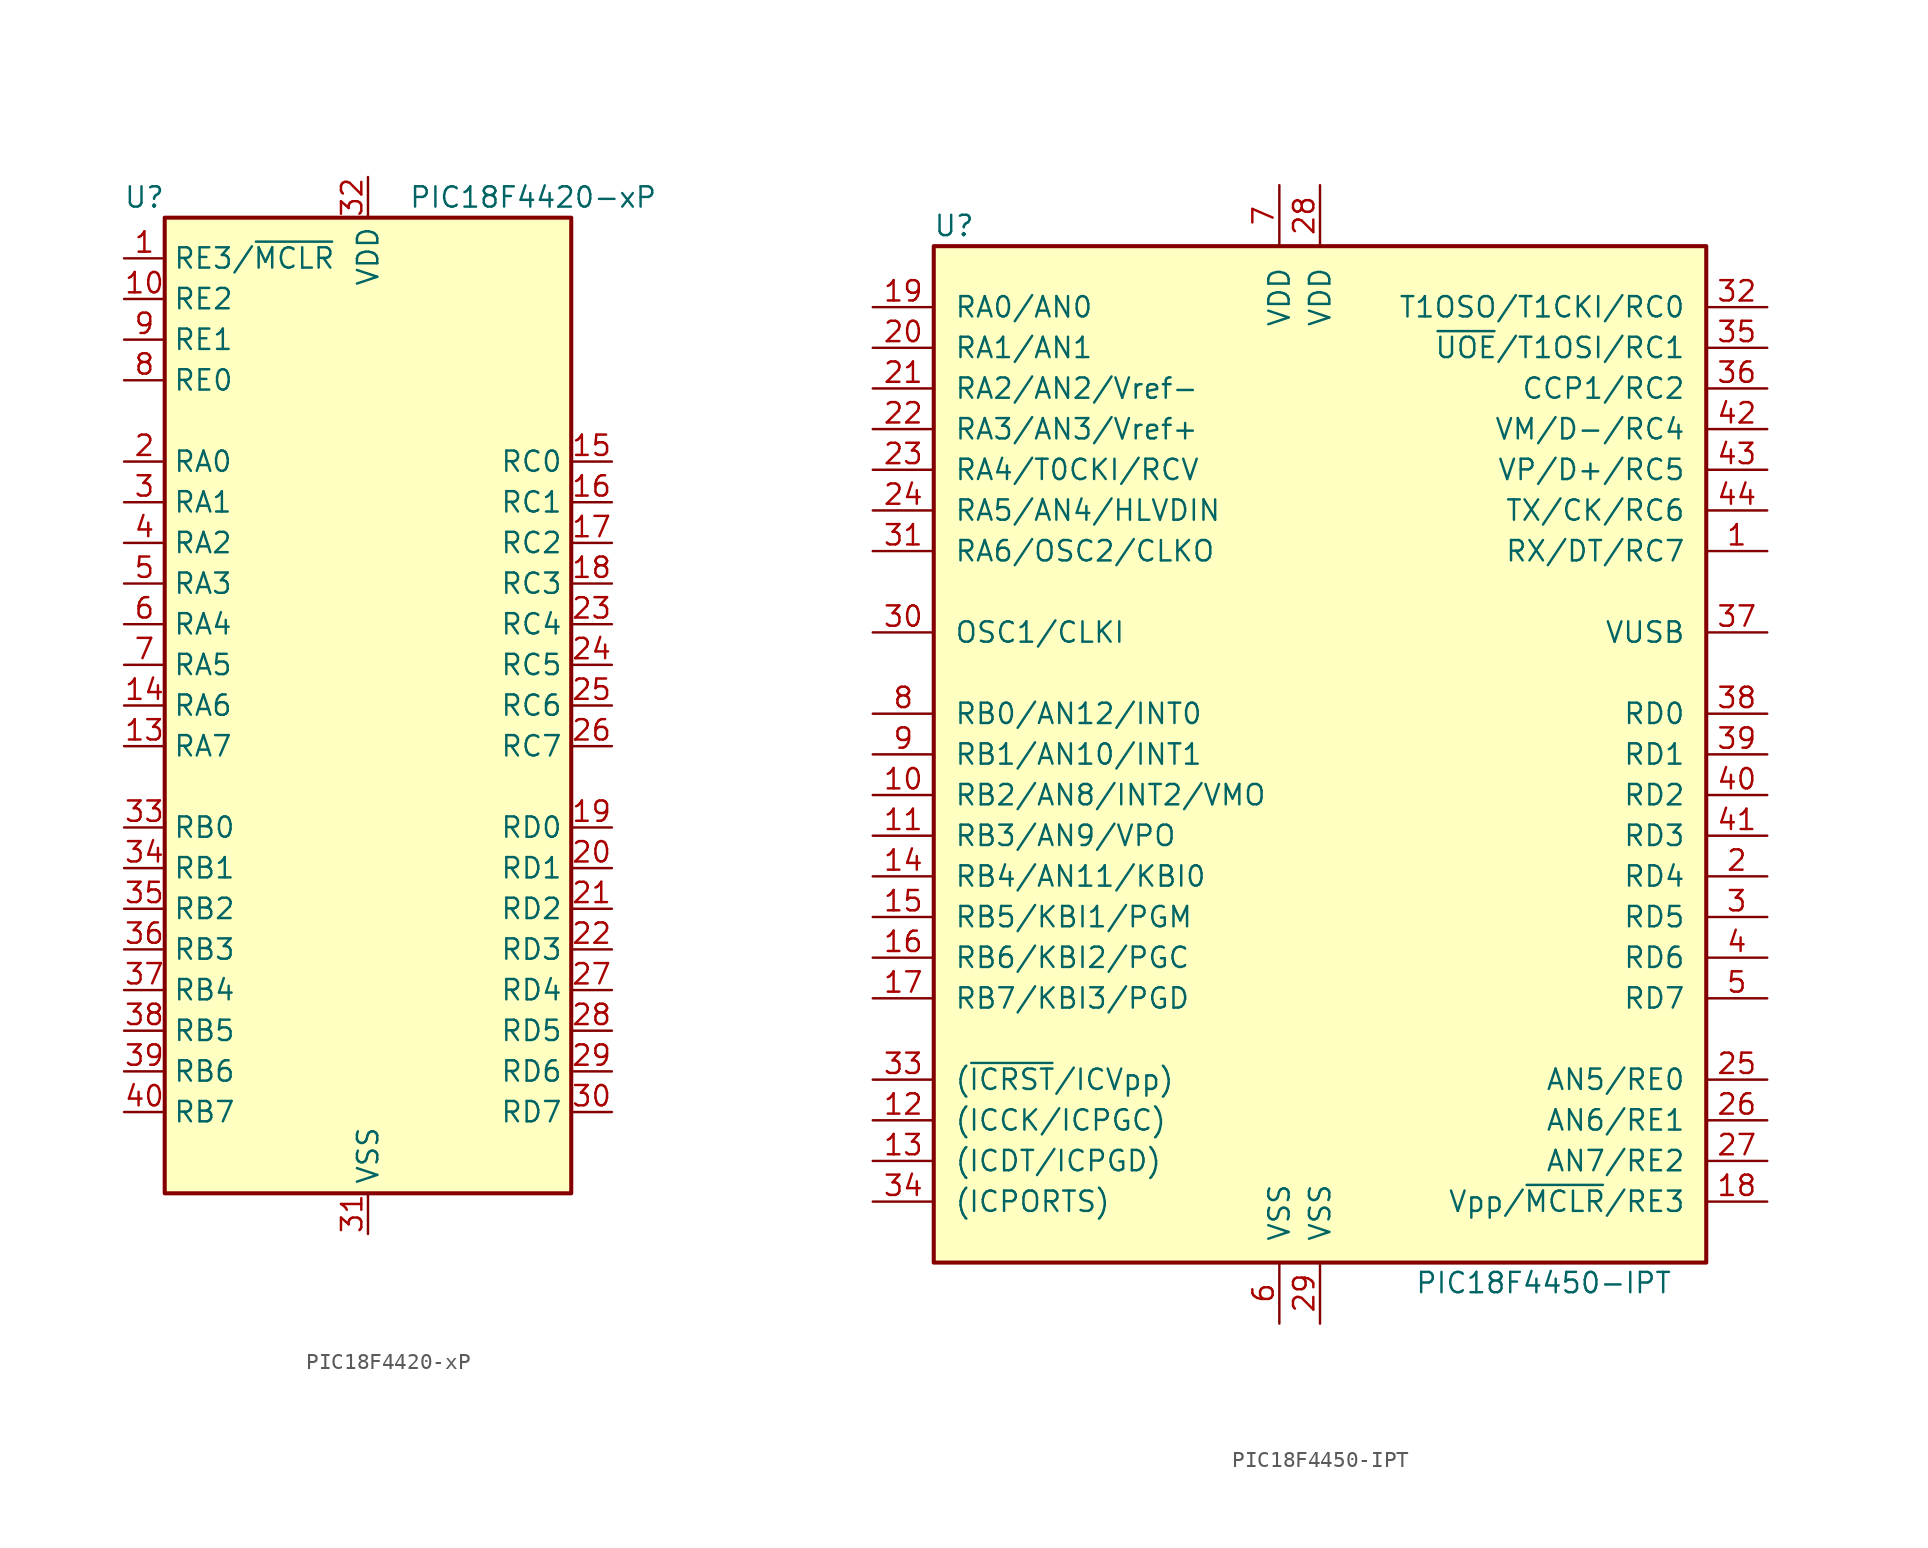
<source format=kicad_sym>
(kicad_symbol_lib
  (version 20220914)
  (generator kicad_symbol_editor)
  (symbol "PIC18F4420-xP"
    (property "Reference" "U"
      (at -13.97 31.75 0)
      (effects (font (size 1.27 1.27))))
    (property "Value" "PIC18F4420-xP"
      (at 2.54 31.75 0)
      (effects (font (size 1.27 1.27)) (justify left)))
    (symbol "PIC18F4420-xP_0_1"
      (rectangle (start -12.7 30.48) (end 12.7 -30.48) (stroke (width 0.254) (type default)) (fill (type background))))
    (symbol "PIC18F4420-xP_1_1"
      (pin input line (at -15.24 27.94 0) (length 2.54) (name "RE3/~{MCLR}" (effects (font (size 1.27 1.27)))) (number "1" (effects (font (size 1.27 1.27)))))
      (pin bidirectional line (at -15.24 25.4 0) (length 2.54) (name "RE2" (effects (font (size 1.27 1.27)))) (number "10" (effects (font (size 1.27 1.27)))))
      (pin passive line (at 0 33.02 270) (length 2.54) hide (name "VDD" (effects (font (size 1.27 1.27)))) (number "11" (effects (font (size 1.27 1.27)))))
      (pin passive line (at 0 -33.02 90) (length 2.54) hide (name "VSS" (effects (font (size 1.27 1.27)))) (number "12" (effects (font (size 1.27 1.27)))))
      (pin bidirectional line (at -15.24 -2.54 0) (length 2.54) (name "RA7" (effects (font (size 1.27 1.27)))) (number "13" (effects (font (size 1.27 1.27)))))
      (pin bidirectional line (at -15.24 0 0) (length 2.54) (name "RA6" (effects (font (size 1.27 1.27)))) (number "14" (effects (font (size 1.27 1.27)))))
      (pin bidirectional line (at 15.24 15.24 180) (length 2.54) (name "RC0" (effects (font (size 1.27 1.27)))) (number "15" (effects (font (size 1.27 1.27)))))
      (pin bidirectional line (at 15.24 12.7 180) (length 2.54) (name "RC1" (effects (font (size 1.27 1.27)))) (number "16" (effects (font (size 1.27 1.27)))))
      (pin bidirectional line (at 15.24 10.16 180) (length 2.54) (name "RC2" (effects (font (size 1.27 1.27)))) (number "17" (effects (font (size 1.27 1.27)))))
      (pin bidirectional line (at 15.24 7.62 180) (length 2.54) (name "RC3" (effects (font (size 1.27 1.27)))) (number "18" (effects (font (size 1.27 1.27)))))
      (pin bidirectional line (at 15.24 -7.62 180) (length 2.54) (name "RD0" (effects (font (size 1.27 1.27)))) (number "19" (effects (font (size 1.27 1.27)))))
      (pin bidirectional line (at -15.24 15.24 0) (length 2.54) (name "RA0" (effects (font (size 1.27 1.27)))) (number "2" (effects (font (size 1.27 1.27)))))
      (pin bidirectional line (at 15.24 -10.16 180) (length 2.54) (name "RD1" (effects (font (size 1.27 1.27)))) (number "20" (effects (font (size 1.27 1.27)))))
      (pin bidirectional line (at 15.24 -12.7 180) (length 2.54) (name "RD2" (effects (font (size 1.27 1.27)))) (number "21" (effects (font (size 1.27 1.27)))))
      (pin bidirectional line (at 15.24 -15.24 180) (length 2.54) (name "RD3" (effects (font (size 1.27 1.27)))) (number "22" (effects (font (size 1.27 1.27)))))
      (pin bidirectional line (at 15.24 5.08 180) (length 2.54) (name "RC4" (effects (font (size 1.27 1.27)))) (number "23" (effects (font (size 1.27 1.27)))))
      (pin bidirectional line (at 15.24 2.54 180) (length 2.54) (name "RC5" (effects (font (size 1.27 1.27)))) (number "24" (effects (font (size 1.27 1.27)))))
      (pin bidirectional line (at 15.24 0 180) (length 2.54) (name "RC6" (effects (font (size 1.27 1.27)))) (number "25" (effects (font (size 1.27 1.27)))))
      (pin bidirectional line (at 15.24 -2.54 180) (length 2.54) (name "RC7" (effects (font (size 1.27 1.27)))) (number "26" (effects (font (size 1.27 1.27)))))
      (pin bidirectional line (at 15.24 -17.78 180) (length 2.54) (name "RD4" (effects (font (size 1.27 1.27)))) (number "27" (effects (font (size 1.27 1.27)))))
      (pin bidirectional line (at 15.24 -20.32 180) (length 2.54) (name "RD5" (effects (font (size 1.27 1.27)))) (number "28" (effects (font (size 1.27 1.27)))))
      (pin bidirectional line (at 15.24 -22.86 180) (length 2.54) (name "RD6" (effects (font (size 1.27 1.27)))) (number "29" (effects (font (size 1.27 1.27)))))
      (pin bidirectional line (at -15.24 12.7 0) (length 2.54) (name "RA1" (effects (font (size 1.27 1.27)))) (number "3" (effects (font (size 1.27 1.27)))))
      (pin bidirectional line (at 15.24 -25.4 180) (length 2.54) (name "RD7" (effects (font (size 1.27 1.27)))) (number "30" (effects (font (size 1.27 1.27)))))
      (pin power_in line (at 0 -33.02 90) (length 2.54) (name "VSS" (effects (font (size 1.27 1.27)))) (number "31" (effects (font (size 1.27 1.27)))))
      (pin power_in line (at 0 33.02 270) (length 2.54) (name "VDD" (effects (font (size 1.27 1.27)))) (number "32" (effects (font (size 1.27 1.27)))))
      (pin bidirectional line (at -15.24 -7.62 0) (length 2.54) (name "RB0" (effects (font (size 1.27 1.27)))) (number "33" (effects (font (size 1.27 1.27)))))
      (pin bidirectional line (at -15.24 -10.16 0) (length 2.54) (name "RB1" (effects (font (size 1.27 1.27)))) (number "34" (effects (font (size 1.27 1.27)))))
      (pin bidirectional line (at -15.24 -12.7 0) (length 2.54) (name "RB2" (effects (font (size 1.27 1.27)))) (number "35" (effects (font (size 1.27 1.27)))))
      (pin bidirectional line (at -15.24 -15.24 0) (length 2.54) (name "RB3" (effects (font (size 1.27 1.27)))) (number "36" (effects (font (size 1.27 1.27)))))
      (pin bidirectional line (at -15.24 -17.78 0) (length 2.54) (name "RB4" (effects (font (size 1.27 1.27)))) (number "37" (effects (font (size 1.27 1.27)))))
      (pin bidirectional line (at -15.24 -20.32 0) (length 2.54) (name "RB5" (effects (font (size 1.27 1.27)))) (number "38" (effects (font (size 1.27 1.27)))))
      (pin bidirectional line (at -15.24 -22.86 0) (length 2.54) (name "RB6" (effects (font (size 1.27 1.27)))) (number "39" (effects (font (size 1.27 1.27)))))
      (pin bidirectional line (at -15.24 10.16 0) (length 2.54) (name "RA2" (effects (font (size 1.27 1.27)))) (number "4" (effects (font (size 1.27 1.27)))))
      (pin bidirectional line (at -15.24 -25.4 0) (length 2.54) (name "RB7" (effects (font (size 1.27 1.27)))) (number "40" (effects (font (size 1.27 1.27)))))
      (pin bidirectional line (at -15.24 7.62 0) (length 2.54) (name "RA3" (effects (font (size 1.27 1.27)))) (number "5" (effects (font (size 1.27 1.27)))))
      (pin bidirectional line (at -15.24 5.08 0) (length 2.54) (name "RA4" (effects (font (size 1.27 1.27)))) (number "6" (effects (font (size 1.27 1.27)))))
      (pin bidirectional line (at -15.24 2.54 0) (length 2.54) (name "RA5" (effects (font (size 1.27 1.27)))) (number "7" (effects (font (size 1.27 1.27)))))
      (pin bidirectional line (at -15.24 20.32 0) (length 2.54) (name "RE0" (effects (font (size 1.27 1.27)))) (number "8" (effects (font (size 1.27 1.27)))))
      (pin bidirectional line (at -15.24 22.86 0) (length 2.54) (name "RE1" (effects (font (size 1.27 1.27)))) (number "9" (effects (font (size 1.27 1.27)))))))
  (symbol "PIC18F4450-IPT"
    (pin_names
      (offset 1.27))
    (property "Reference" "U"
      (at -22.86 33.02 0)
      (effects (font (size 1.27 1.27))))
    (property "Value" "PIC18F4450-IPT"
      (at 13.97 -33.02 0)
      (effects (font (size 1.27 1.27))))
    (symbol "PIC18F4450-IPT_0_1"
      (rectangle (start -24.13 31.75) (end 24.13 -31.75) (stroke (width 0.254) (type default)) (fill (type background))))
    (symbol "PIC18F4450-IPT_1_1"
      (pin bidirectional line (at 27.94 12.7 180) (length 3.81) (name "RX/DT/RC7" (effects (font (size 1.27 1.27)))) (number "1" (effects (font (size 1.27 1.27)))))
      (pin bidirectional line (at -27.94 -2.54 0) (length 3.81) (name "RB2/AN8/INT2/VMO" (effects (font (size 1.27 1.27)))) (number "10" (effects (font (size 1.27 1.27)))))
      (pin bidirectional line (at -27.94 -5.08 0) (length 3.81) (name "RB3/AN9/VPO" (effects (font (size 1.27 1.27)))) (number "11" (effects (font (size 1.27 1.27)))))
      (pin bidirectional line (at -27.94 -22.86 0) (length 3.81) (name "(ICCK/ICPGC)" (effects (font (size 1.27 1.27)))) (number "12" (effects (font (size 1.27 1.27)))))
      (pin bidirectional line (at -27.94 -25.4 0) (length 3.81) (name "(ICDT/ICPGD)" (effects (font (size 1.27 1.27)))) (number "13" (effects (font (size 1.27 1.27)))))
      (pin bidirectional line (at -27.94 -7.62 0) (length 3.81) (name "RB4/AN11/KBI0" (effects (font (size 1.27 1.27)))) (number "14" (effects (font (size 1.27 1.27)))))
      (pin bidirectional line (at -27.94 -10.16 0) (length 3.81) (name "RB5/KBI1/PGM" (effects (font (size 1.27 1.27)))) (number "15" (effects (font (size 1.27 1.27)))))
      (pin bidirectional line (at -27.94 -12.7 0) (length 3.81) (name "RB6/KBI2/PGC" (effects (font (size 1.27 1.27)))) (number "16" (effects (font (size 1.27 1.27)))))
      (pin bidirectional line (at -27.94 -15.24 0) (length 3.81) (name "RB7/KBI3/PGD" (effects (font (size 1.27 1.27)))) (number "17" (effects (font (size 1.27 1.27)))))
      (pin input line (at 27.94 -27.94 180) (length 3.81) (name "Vpp/~{MCLR}/RE3" (effects (font (size 1.27 1.27)))) (number "18" (effects (font (size 1.27 1.27)))))
      (pin bidirectional line (at -27.94 27.94 0) (length 3.81) (name "RA0/AN0" (effects (font (size 1.27 1.27)))) (number "19" (effects (font (size 1.27 1.27)))))
      (pin bidirectional line (at 27.94 -7.62 180) (length 3.81) (name "RD4" (effects (font (size 1.27 1.27)))) (number "2" (effects (font (size 1.27 1.27)))))
      (pin bidirectional line (at -27.94 25.4 0) (length 3.81) (name "RA1/AN1" (effects (font (size 1.27 1.27)))) (number "20" (effects (font (size 1.27 1.27)))))
      (pin bidirectional line (at -27.94 22.86 0) (length 3.81) (name "RA2/AN2/Vref-" (effects (font (size 1.27 1.27)))) (number "21" (effects (font (size 1.27 1.27)))))
      (pin bidirectional line (at -27.94 20.32 0) (length 3.81) (name "RA3/AN3/Vref+" (effects (font (size 1.27 1.27)))) (number "22" (effects (font (size 1.27 1.27)))))
      (pin bidirectional line (at -27.94 17.78 0) (length 3.81) (name "RA4/T0CKI/RCV" (effects (font (size 1.27 1.27)))) (number "23" (effects (font (size 1.27 1.27)))))
      (pin bidirectional line (at -27.94 15.24 0) (length 3.81) (name "RA5/AN4/HLVDIN" (effects (font (size 1.27 1.27)))) (number "24" (effects (font (size 1.27 1.27)))))
      (pin bidirectional line (at 27.94 -20.32 180) (length 3.81) (name "AN5/RE0" (effects (font (size 1.27 1.27)))) (number "25" (effects (font (size 1.27 1.27)))))
      (pin bidirectional line (at 27.94 -22.86 180) (length 3.81) (name "AN6/RE1" (effects (font (size 1.27 1.27)))) (number "26" (effects (font (size 1.27 1.27)))))
      (pin bidirectional line (at 27.94 -25.4 180) (length 3.81) (name "AN7/RE2" (effects (font (size 1.27 1.27)))) (number "27" (effects (font (size 1.27 1.27)))))
      (pin power_in line (at 0 35.56 270) (length 3.81) (name "VDD" (effects (font (size 1.27 1.27)))) (number "28" (effects (font (size 1.27 1.27)))))
      (pin power_in line (at 0 -35.56 90) (length 3.81) (name "VSS" (effects (font (size 1.27 1.27)))) (number "29" (effects (font (size 1.27 1.27)))))
      (pin bidirectional line (at 27.94 -10.16 180) (length 3.81) (name "RD5" (effects (font (size 1.27 1.27)))) (number "3" (effects (font (size 1.27 1.27)))))
      (pin input line (at -27.94 7.62 0) (length 3.81) (name "OSC1/CLKI" (effects (font (size 1.27 1.27)))) (number "30" (effects (font (size 1.27 1.27)))))
      (pin output line (at -27.94 12.7 0) (length 3.81) (name "RA6/OSC2/CLKO" (effects (font (size 1.27 1.27)))) (number "31" (effects (font (size 1.27 1.27)))))
      (pin bidirectional line (at 27.94 27.94 180) (length 3.81) (name "T1OSO/T1CKI/RC0" (effects (font (size 1.27 1.27)))) (number "32" (effects (font (size 1.27 1.27)))))
      (pin input line (at -27.94 -20.32 0) (length 3.81) (name "(~{ICRST}/ICVpp)" (effects (font (size 1.27 1.27)))) (number "33" (effects (font (size 1.27 1.27)))))
      (pin bidirectional line (at -27.94 -27.94 0) (length 3.81) (name "(ICPORTS)" (effects (font (size 1.27 1.27)))) (number "34" (effects (font (size 1.27 1.27)))))
      (pin bidirectional line (at 27.94 25.4 180) (length 3.81) (name "~{UOE}/T1OSI/RC1" (effects (font (size 1.27 1.27)))) (number "35" (effects (font (size 1.27 1.27)))))
      (pin bidirectional line (at 27.94 22.86 180) (length 3.81) (name "CCP1/RC2" (effects (font (size 1.27 1.27)))) (number "36" (effects (font (size 1.27 1.27)))))
      (pin bidirectional line (at 27.94 7.62 180) (length 3.81) (name "VUSB" (effects (font (size 1.27 1.27)))) (number "37" (effects (font (size 1.27 1.27)))))
      (pin bidirectional line (at 27.94 2.54 180) (length 3.81) (name "RD0" (effects (font (size 1.27 1.27)))) (number "38" (effects (font (size 1.27 1.27)))))
      (pin bidirectional line (at 27.94 0 180) (length 3.81) (name "RD1" (effects (font (size 1.27 1.27)))) (number "39" (effects (font (size 1.27 1.27)))))
      (pin bidirectional line (at 27.94 -12.7 180) (length 3.81) (name "RD6" (effects (font (size 1.27 1.27)))) (number "4" (effects (font (size 1.27 1.27)))))
      (pin bidirectional line (at 27.94 -2.54 180) (length 3.81) (name "RD2" (effects (font (size 1.27 1.27)))) (number "40" (effects (font (size 1.27 1.27)))))
      (pin bidirectional line (at 27.94 -5.08 180) (length 3.81) (name "RD3" (effects (font (size 1.27 1.27)))) (number "41" (effects (font (size 1.27 1.27)))))
      (pin bidirectional line (at 27.94 20.32 180) (length 3.81) (name "VM/D-/RC4" (effects (font (size 1.27 1.27)))) (number "42" (effects (font (size 1.27 1.27)))))
      (pin bidirectional line (at 27.94 17.78 180) (length 3.81) (name "VP/D+/RC5" (effects (font (size 1.27 1.27)))) (number "43" (effects (font (size 1.27 1.27)))))
      (pin bidirectional line (at 27.94 15.24 180) (length 3.81) (name "TX/CK/RC6" (effects (font (size 1.27 1.27)))) (number "44" (effects (font (size 1.27 1.27)))))
      (pin bidirectional line (at 27.94 -15.24 180) (length 3.81) (name "RD7" (effects (font (size 1.27 1.27)))) (number "5" (effects (font (size 1.27 1.27)))))
      (pin power_in line (at -2.54 -35.56 90) (length 3.81) (name "VSS" (effects (font (size 1.27 1.27)))) (number "6" (effects (font (size 1.27 1.27)))))
      (pin power_in line (at -2.54 35.56 270) (length 3.81) (name "VDD" (effects (font (size 1.27 1.27)))) (number "7" (effects (font (size 1.27 1.27)))))
      (pin bidirectional line (at -27.94 2.54 0) (length 3.81) (name "RB0/AN12/INT0" (effects (font (size 1.27 1.27)))) (number "8" (effects (font (size 1.27 1.27)))))
      (pin bidirectional line (at -27.94 0 0) (length 3.81) (name "RB1/AN10/INT1" (effects (font (size 1.27 1.27)))) (number "9" (effects (font (size 1.27 1.27))))))))
</source>
